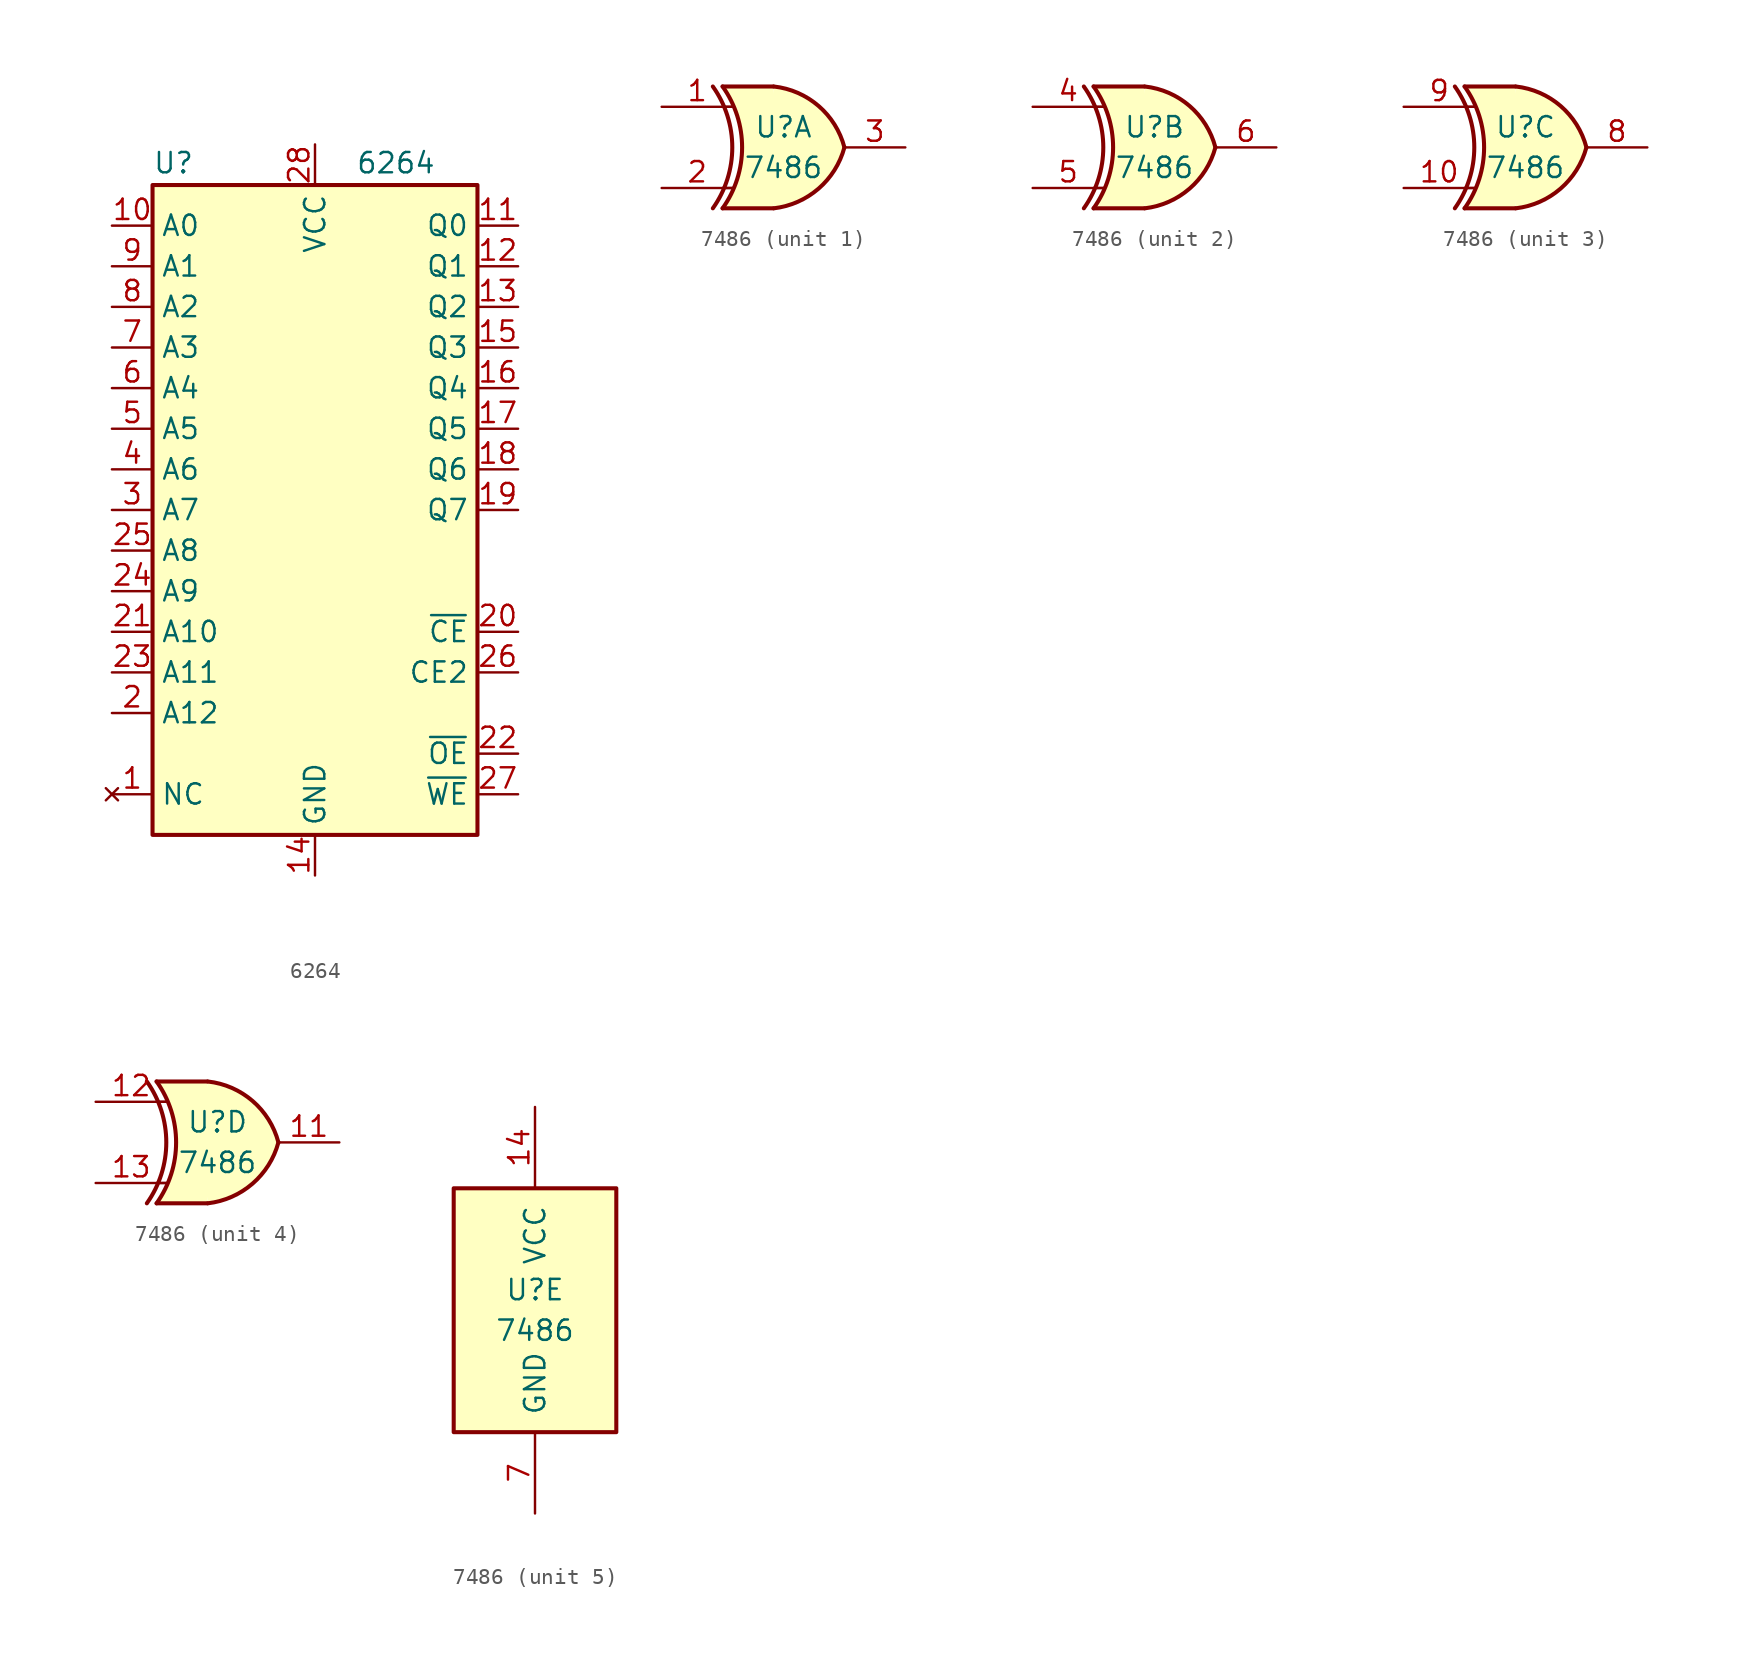
<source format=kicad_sym>
(kicad_symbol_lib
  (version 20211014)
  (generator kicad_symbol_editor)
  (symbol "6264"
    (property "Reference" "U"
      (at -10.16 20.955 0)
      (effects (font (size 1.27 1.27)) (justify left bottom)))
    (property "Value" "6264"
      (at 2.54 20.955 0)
      (effects (font (size 1.27 1.27)) (justify left bottom)))
    (symbol "6264_0_0"
      (pin power_in line (at 0 -22.86 90) (length 2.54) (name "GND" (effects (font (size 1.27 1.27)))) (number "14" (effects (font (size 1.27 1.27)))))
      (pin power_in line (at 0 22.86 270) (length 2.54) (name "VCC" (effects (font (size 1.27 1.27)))) (number "28" (effects (font (size 1.27 1.27))))))
    (symbol "6264_0_1"
      (rectangle (start -10.16 20.32) (end 10.16 -20.32) (stroke (width 0.254) (type default) (color 0 0 0 0)) (fill (type background))))
    (symbol "6264_1_1"
      (pin no_connect line (at -12.7 -17.78 0) (length 2.54) (name "NC" (effects (font (size 1.27 1.27)))) (number "1" (effects (font (size 1.27 1.27)))))
      (pin input line (at -12.7 17.78 0) (length 2.54) (name "A0" (effects (font (size 1.27 1.27)))) (number "10" (effects (font (size 1.27 1.27)))))
      (pin tri_state line (at 12.7 17.78 180) (length 2.54) (name "Q0" (effects (font (size 1.27 1.27)))) (number "11" (effects (font (size 1.27 1.27)))))
      (pin tri_state line (at 12.7 15.24 180) (length 2.54) (name "Q1" (effects (font (size 1.27 1.27)))) (number "12" (effects (font (size 1.27 1.27)))))
      (pin tri_state line (at 12.7 12.7 180) (length 2.54) (name "Q2" (effects (font (size 1.27 1.27)))) (number "13" (effects (font (size 1.27 1.27)))))
      (pin tri_state line (at 12.7 10.16 180) (length 2.54) (name "Q3" (effects (font (size 1.27 1.27)))) (number "15" (effects (font (size 1.27 1.27)))))
      (pin tri_state line (at 12.7 7.62 180) (length 2.54) (name "Q4" (effects (font (size 1.27 1.27)))) (number "16" (effects (font (size 1.27 1.27)))))
      (pin tri_state line (at 12.7 5.08 180) (length 2.54) (name "Q5" (effects (font (size 1.27 1.27)))) (number "17" (effects (font (size 1.27 1.27)))))
      (pin tri_state line (at 12.7 2.54 180) (length 2.54) (name "Q6" (effects (font (size 1.27 1.27)))) (number "18" (effects (font (size 1.27 1.27)))))
      (pin tri_state line (at 12.7 0 180) (length 2.54) (name "Q7" (effects (font (size 1.27 1.27)))) (number "19" (effects (font (size 1.27 1.27)))))
      (pin input line (at -12.7 -12.7 0) (length 2.54) (name "A12" (effects (font (size 1.27 1.27)))) (number "2" (effects (font (size 1.27 1.27)))))
      (pin input line (at 12.7 -7.62 180) (length 2.54) (name "~{CE}" (effects (font (size 1.27 1.27)))) (number "20" (effects (font (size 1.27 1.27)))))
      (pin input line (at -12.7 -7.62 0) (length 2.54) (name "A10" (effects (font (size 1.27 1.27)))) (number "21" (effects (font (size 1.27 1.27)))))
      (pin input line (at 12.7 -15.24 180) (length 2.54) (name "~{OE}" (effects (font (size 1.27 1.27)))) (number "22" (effects (font (size 1.27 1.27)))))
      (pin input line (at -12.7 -10.16 0) (length 2.54) (name "A11" (effects (font (size 1.27 1.27)))) (number "23" (effects (font (size 1.27 1.27)))))
      (pin input line (at -12.7 -5.08 0) (length 2.54) (name "A9" (effects (font (size 1.27 1.27)))) (number "24" (effects (font (size 1.27 1.27)))))
      (pin input line (at -12.7 -2.54 0) (length 2.54) (name "A8" (effects (font (size 1.27 1.27)))) (number "25" (effects (font (size 1.27 1.27)))))
      (pin input line (at 12.7 -10.16 180) (length 2.54) (name "CE2" (effects (font (size 1.27 1.27)))) (number "26" (effects (font (size 1.27 1.27)))))
      (pin input line (at 12.7 -17.78 180) (length 2.54) (name "~{WE}" (effects (font (size 1.27 1.27)))) (number "27" (effects (font (size 1.27 1.27)))))
      (pin input line (at -12.7 0 0) (length 2.54) (name "A7" (effects (font (size 1.27 1.27)))) (number "3" (effects (font (size 1.27 1.27)))))
      (pin input line (at -12.7 2.54 0) (length 2.54) (name "A6" (effects (font (size 1.27 1.27)))) (number "4" (effects (font (size 1.27 1.27)))))
      (pin input line (at -12.7 5.08 0) (length 2.54) (name "A5" (effects (font (size 1.27 1.27)))) (number "5" (effects (font (size 1.27 1.27)))))
      (pin input line (at -12.7 7.62 0) (length 2.54) (name "A4" (effects (font (size 1.27 1.27)))) (number "6" (effects (font (size 1.27 1.27)))))
      (pin input line (at -12.7 10.16 0) (length 2.54) (name "A3" (effects (font (size 1.27 1.27)))) (number "7" (effects (font (size 1.27 1.27)))))
      (pin input line (at -12.7 12.7 0) (length 2.54) (name "A2" (effects (font (size 1.27 1.27)))) (number "8" (effects (font (size 1.27 1.27)))))
      (pin input line (at -12.7 15.24 0) (length 2.54) (name "A1" (effects (font (size 1.27 1.27)))) (number "9" (effects (font (size 1.27 1.27)))))))
  (symbol "7486"
    (pin_names
      (offset 1.016))
    (property "Reference" "U"
      (at 0 1.27 0)
      (effects (font (size 1.27 1.27))))
    (property "Value" "7486"
      (at 0 -1.27 0)
      (effects (font (size 1.27 1.27))))
    (property "ki_locked" ""
      (at 0 0 0)
      (effects (font (size 1.27 1.27))))
    (symbol "7486_1_0"
      (arc (start -4.4196 -3.81) (mid -3.2033 0) (end -4.4196 3.81) (stroke (width 0.254) (type default) (color 0 0 0 0)) (fill (type none)))
      (arc (start -3.81 -3.81) (mid -2.589 0) (end -3.81 3.81) (stroke (width 0.254) (type default) (color 0 0 0 0)) (fill (type none)))
      (arc (start -0.6096 -3.81) (mid 2.1842 -2.5851) (end 3.81 0) (stroke (width 0.254) (type default) (color 0 0 0 0)) (fill (type background)))
      (polyline (pts (xy -3.81 -3.81) (xy -0.635 -3.81)) (stroke (width 0.254) (type default) (color 0 0 0 0)) (fill (type background)))
      (polyline (pts (xy -3.81 3.81) (xy -0.635 3.81)) (stroke (width 0.254) (type default) (color 0 0 0 0)) (fill (type background)))
      (polyline (pts (xy -0.635 3.81) (xy -3.81 3.81) (xy -3.81 3.81) (xy -3.556 3.404) (xy -3.023 2.261) (xy -2.692 1.041) (xy -2.616 -0.254) (xy -2.769 -1.499) (xy -3.175 -2.718) (xy -3.81 -3.81) (xy -3.81 -3.81) (xy -0.635 -3.81)) (stroke (width -25.4) (type default) (color 0 0 0 0)) (fill (type background)))
      (arc (start 3.81 0) (mid 2.1915 2.5936) (end -0.6096 3.81) (stroke (width 0.254) (type default) (color 0 0 0 0)) (fill (type background)))
      (pin input line (at -7.62 2.54 0) (length 4.445) (name "~" (effects (font (size 1.27 1.27)))) (number "1" (effects (font (size 1.27 1.27)))))
      (pin input line (at -7.62 -2.54 0) (length 4.445) (name "~" (effects (font (size 1.27 1.27)))) (number "2" (effects (font (size 1.27 1.27)))))
      (pin output line (at 7.62 0 180) (length 3.81) (name "~" (effects (font (size 1.27 1.27)))) (number "3" (effects (font (size 1.27 1.27))))))
    (symbol "7486_1_1"
      (polyline (pts (xy -3.81 -2.54) (xy -3.175 -2.54)) (stroke (width 0.152) (type default) (color 0 0 0 0)) (fill (type none)))
      (polyline (pts (xy -3.81 2.54) (xy -3.175 2.54)) (stroke (width 0.152) (type default) (color 0 0 0 0)) (fill (type none))))
    (symbol "7486_2_0"
      (arc (start -4.4196 -3.81) (mid -3.2033 0) (end -4.4196 3.81) (stroke (width 0.254) (type default) (color 0 0 0 0)) (fill (type none)))
      (arc (start -3.81 -3.81) (mid -2.589 0) (end -3.81 3.81) (stroke (width 0.254) (type default) (color 0 0 0 0)) (fill (type none)))
      (arc (start -0.6096 -3.81) (mid 2.1842 -2.5851) (end 3.81 0) (stroke (width 0.254) (type default) (color 0 0 0 0)) (fill (type background)))
      (polyline (pts (xy -3.81 -3.81) (xy -0.635 -3.81)) (stroke (width 0.254) (type default) (color 0 0 0 0)) (fill (type background)))
      (polyline (pts (xy -3.81 3.81) (xy -0.635 3.81)) (stroke (width 0.254) (type default) (color 0 0 0 0)) (fill (type background)))
      (polyline (pts (xy -0.635 3.81) (xy -3.81 3.81) (xy -3.81 3.81) (xy -3.556 3.404) (xy -3.023 2.261) (xy -2.692 1.041) (xy -2.616 -0.254) (xy -2.769 -1.499) (xy -3.175 -2.718) (xy -3.81 -3.81) (xy -3.81 -3.81) (xy -0.635 -3.81)) (stroke (width -25.4) (type default) (color 0 0 0 0)) (fill (type background)))
      (arc (start 3.81 0) (mid 2.1915 2.5936) (end -0.6096 3.81) (stroke (width 0.254) (type default) (color 0 0 0 0)) (fill (type background)))
      (pin input line (at -7.62 2.54 0) (length 4.445) (name "~" (effects (font (size 1.27 1.27)))) (number "4" (effects (font (size 1.27 1.27)))))
      (pin input line (at -7.62 -2.54 0) (length 4.445) (name "~" (effects (font (size 1.27 1.27)))) (number "5" (effects (font (size 1.27 1.27)))))
      (pin output line (at 7.62 0 180) (length 3.81) (name "~" (effects (font (size 1.27 1.27)))) (number "6" (effects (font (size 1.27 1.27))))))
    (symbol "7486_2_1"
      (polyline (pts (xy -3.81 -2.54) (xy -3.175 -2.54)) (stroke (width 0.152) (type default) (color 0 0 0 0)) (fill (type none)))
      (polyline (pts (xy -3.81 2.54) (xy -3.175 2.54)) (stroke (width 0.152) (type default) (color 0 0 0 0)) (fill (type none))))
    (symbol "7486_3_0"
      (arc (start -4.4196 -3.81) (mid -3.2033 0) (end -4.4196 3.81) (stroke (width 0.254) (type default) (color 0 0 0 0)) (fill (type none)))
      (arc (start -3.81 -3.81) (mid -2.589 0) (end -3.81 3.81) (stroke (width 0.254) (type default) (color 0 0 0 0)) (fill (type none)))
      (arc (start -0.6096 -3.81) (mid 2.1842 -2.5851) (end 3.81 0) (stroke (width 0.254) (type default) (color 0 0 0 0)) (fill (type background)))
      (polyline (pts (xy -3.81 -3.81) (xy -0.635 -3.81)) (stroke (width 0.254) (type default) (color 0 0 0 0)) (fill (type background)))
      (polyline (pts (xy -3.81 3.81) (xy -0.635 3.81)) (stroke (width 0.254) (type default) (color 0 0 0 0)) (fill (type background)))
      (polyline (pts (xy -0.635 3.81) (xy -3.81 3.81) (xy -3.81 3.81) (xy -3.556 3.404) (xy -3.023 2.261) (xy -2.692 1.041) (xy -2.616 -0.254) (xy -2.769 -1.499) (xy -3.175 -2.718) (xy -3.81 -3.81) (xy -3.81 -3.81) (xy -0.635 -3.81)) (stroke (width -25.4) (type default) (color 0 0 0 0)) (fill (type background)))
      (arc (start 3.81 0) (mid 2.1915 2.5936) (end -0.6096 3.81) (stroke (width 0.254) (type default) (color 0 0 0 0)) (fill (type background)))
      (pin input line (at -7.62 -2.54 0) (length 4.445) (name "~" (effects (font (size 1.27 1.27)))) (number "10" (effects (font (size 1.27 1.27)))))
      (pin output line (at 7.62 0 180) (length 3.81) (name "~" (effects (font (size 1.27 1.27)))) (number "8" (effects (font (size 1.27 1.27)))))
      (pin input line (at -7.62 2.54 0) (length 4.445) (name "~" (effects (font (size 1.27 1.27)))) (number "9" (effects (font (size 1.27 1.27))))))
    (symbol "7486_3_1"
      (polyline (pts (xy -3.81 -2.54) (xy -3.175 -2.54)) (stroke (width 0.152) (type default) (color 0 0 0 0)) (fill (type none)))
      (polyline (pts (xy -3.81 2.54) (xy -3.175 2.54)) (stroke (width 0.152) (type default) (color 0 0 0 0)) (fill (type none))))
    (symbol "7486_4_0"
      (arc (start -4.4196 -3.81) (mid -3.2033 0) (end -4.4196 3.81) (stroke (width 0.254) (type default) (color 0 0 0 0)) (fill (type none)))
      (arc (start -3.81 -3.81) (mid -2.589 0) (end -3.81 3.81) (stroke (width 0.254) (type default) (color 0 0 0 0)) (fill (type none)))
      (arc (start -0.6096 -3.81) (mid 2.1842 -2.5851) (end 3.81 0) (stroke (width 0.254) (type default) (color 0 0 0 0)) (fill (type background)))
      (polyline (pts (xy -3.81 -3.81) (xy -0.635 -3.81)) (stroke (width 0.254) (type default) (color 0 0 0 0)) (fill (type background)))
      (polyline (pts (xy -3.81 3.81) (xy -0.635 3.81)) (stroke (width 0.254) (type default) (color 0 0 0 0)) (fill (type background)))
      (polyline (pts (xy -0.635 3.81) (xy -3.81 3.81) (xy -3.81 3.81) (xy -3.556 3.404) (xy -3.023 2.261) (xy -2.692 1.041) (xy -2.616 -0.254) (xy -2.769 -1.499) (xy -3.175 -2.718) (xy -3.81 -3.81) (xy -3.81 -3.81) (xy -0.635 -3.81)) (stroke (width -25.4) (type default) (color 0 0 0 0)) (fill (type background)))
      (arc (start 3.81 0) (mid 2.1915 2.5936) (end -0.6096 3.81) (stroke (width 0.254) (type default) (color 0 0 0 0)) (fill (type background)))
      (pin output line (at 7.62 0 180) (length 3.81) (name "~" (effects (font (size 1.27 1.27)))) (number "11" (effects (font (size 1.27 1.27)))))
      (pin input line (at -7.62 2.54 0) (length 4.445) (name "~" (effects (font (size 1.27 1.27)))) (number "12" (effects (font (size 1.27 1.27)))))
      (pin input line (at -7.62 -2.54 0) (length 4.445) (name "~" (effects (font (size 1.27 1.27)))) (number "13" (effects (font (size 1.27 1.27))))))
    (symbol "7486_4_1"
      (polyline (pts (xy -3.81 -2.54) (xy -3.175 -2.54)) (stroke (width 0.152) (type default) (color 0 0 0 0)) (fill (type none)))
      (polyline (pts (xy -3.81 2.54) (xy -3.175 2.54)) (stroke (width 0.152) (type default) (color 0 0 0 0)) (fill (type none))))
    (symbol "7486_5_0"
      (pin power_in line (at 0 12.7 270) (length 5.08) (name "VCC" (effects (font (size 1.27 1.27)))) (number "14" (effects (font (size 1.27 1.27)))))
      (pin power_in line (at 0 -12.7 90) (length 5.08) (name "GND" (effects (font (size 1.27 1.27)))) (number "7" (effects (font (size 1.27 1.27))))))
    (symbol "7486_5_1"
      (rectangle (start -5.08 7.62) (end 5.08 -7.62) (stroke (width 0.254) (type default) (color 0 0 0 0)) (fill (type background))))))
</source>
